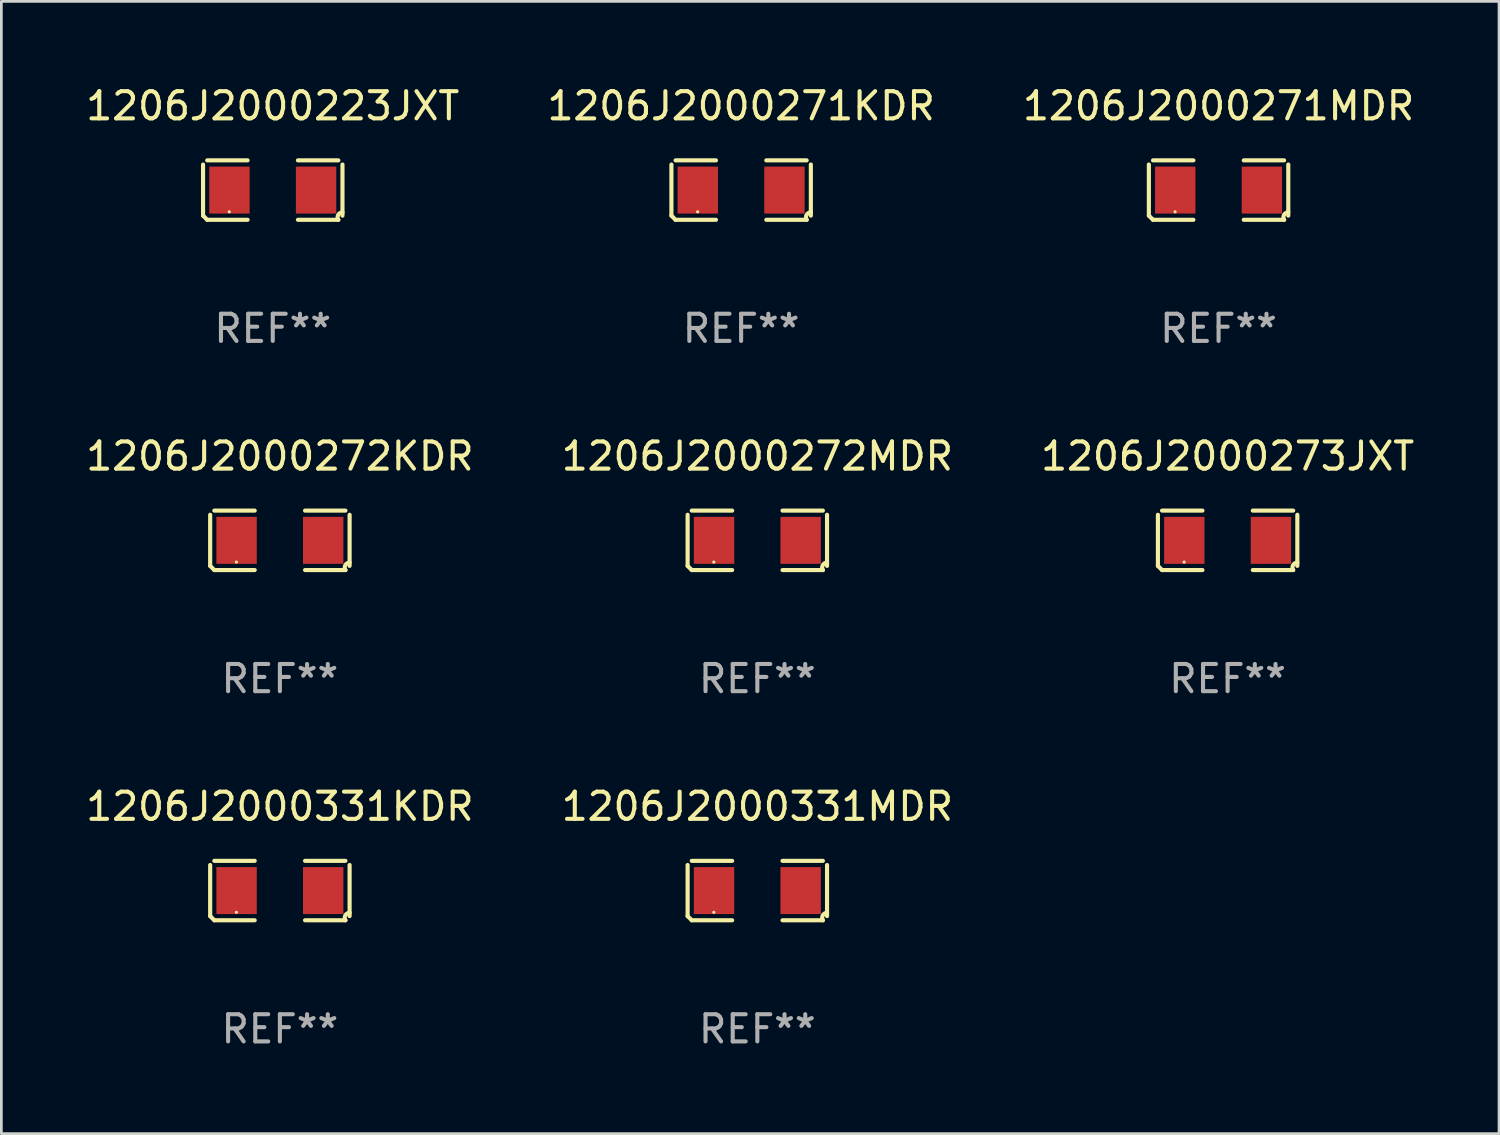
<source format=kicad_pcb>
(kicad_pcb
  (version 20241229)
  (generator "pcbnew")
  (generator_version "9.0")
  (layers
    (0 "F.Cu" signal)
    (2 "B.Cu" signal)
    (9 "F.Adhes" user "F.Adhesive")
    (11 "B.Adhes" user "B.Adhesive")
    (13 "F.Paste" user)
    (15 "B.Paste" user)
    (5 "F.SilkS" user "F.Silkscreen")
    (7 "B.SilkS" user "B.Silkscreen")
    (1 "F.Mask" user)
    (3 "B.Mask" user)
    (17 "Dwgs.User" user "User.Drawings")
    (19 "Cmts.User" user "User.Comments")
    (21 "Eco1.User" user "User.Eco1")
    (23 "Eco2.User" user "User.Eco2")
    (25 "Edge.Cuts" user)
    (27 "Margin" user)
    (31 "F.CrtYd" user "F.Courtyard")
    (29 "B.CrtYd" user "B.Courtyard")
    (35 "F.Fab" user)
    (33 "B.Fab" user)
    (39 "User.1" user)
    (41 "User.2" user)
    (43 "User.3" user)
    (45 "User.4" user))
  (footprint "1206J2000331KDR"
    (layer "F.Cu")
    (at 7.244 29.704)
    (property "Reference" "1206J2000331KDR" (at 0 -3.093 0) (layer "F.SilkS") (effects (font (size 1 1) (thickness 0.15))))
    (attr through_hole)
    (fp_line (start -2.564 0.94) (end -2.564 -0.94) (stroke (width 0.152) (type solid)) (layer "F.SilkS"))
    (fp_line (start -2.411 -1.093) (end -0.926 -1.093) (stroke (width 0.152) (type solid)) (layer "F.SilkS"))
    (fp_line (start -0.926 1.093) (end -2.411 1.093) (stroke (width 0.152) (type solid)) (layer "F.SilkS"))
    (fp_line (start 0.926 1.093) (end 2.411 1.093) (stroke (width 0.152) (type solid)) (layer "F.SilkS"))
    (fp_line (start 2.411 -1.093) (end 0.926 -1.093) (stroke (width 0.152) (type solid)) (layer "F.SilkS"))
    (fp_line (start 2.564 0.94) (end 2.564 -0.94) (stroke (width 0.152) (type solid)) (layer "F.SilkS"))
    (fp_arc (start -2.411201 1.092609) (mid -2.487413 1.01642) (end -2.563602 0.940208) (stroke (width 0.1524) (type solid)) (layer "F.SilkS"))
    (fp_arc (start 2.411201 1.092609) (mid 2.407159 0.911226) (end 2.563602 0.819347) (stroke (width 0.1524) (type solid)) (layer "F.SilkS"))
    (fp_circle (center -1.6 0.8) (end -1.57 0.8) (stroke (width 0.06) (type solid)) (fill no) (layer "F.SilkS"))
    (fp_text user "REF**" (at 0 5.093 0) (layer "F.Fab") (effects (font (size 1 1) (thickness 0.15))))
    (pad "1" smd rect (at -1.593 0) (size 1.485 1.728) (layers "F.Cu" "F.Mask" "F.Paste"))
    (pad "2" smd rect (at 1.593 0) (size 1.485 1.728) (layers "F.Cu" "F.Mask" "F.Paste")))
  (footprint "1206J2000273JXT"
    (layer "F.Cu")
    (at 42.101 16.823)
    (property "Reference" "1206J2000273JXT" (at 0 -3.093 0) (layer "F.SilkS") (effects (font (size 1 1) (thickness 0.15))))
    (attr through_hole)
    (fp_line (start -2.564 0.94) (end -2.564 -0.94) (stroke (width 0.152) (type solid)) (layer "F.SilkS"))
    (fp_line (start -2.411 -1.093) (end -0.926 -1.093) (stroke (width 0.152) (type solid)) (layer "F.SilkS"))
    (fp_line (start -0.926 1.093) (end -2.411 1.093) (stroke (width 0.152) (type solid)) (layer "F.SilkS"))
    (fp_line (start 0.926 1.093) (end 2.411 1.093) (stroke (width 0.152) (type solid)) (layer "F.SilkS"))
    (fp_line (start 2.411 -1.093) (end 0.926 -1.093) (stroke (width 0.152) (type solid)) (layer "F.SilkS"))
    (fp_line (start 2.564 0.94) (end 2.564 -0.94) (stroke (width 0.152) (type solid)) (layer "F.SilkS"))
    (fp_arc (start -2.411201 1.092609) (mid -2.487413 1.01642) (end -2.563602 0.940208) (stroke (width 0.1524) (type solid)) (layer "F.SilkS"))
    (fp_arc (start 2.411201 1.092609) (mid 2.407159 0.911226) (end 2.563602 0.819347) (stroke (width 0.1524) (type solid)) (layer "F.SilkS"))
    (fp_circle (center -1.6 0.8) (end -1.57 0.8) (stroke (width 0.06) (type solid)) (fill no) (layer "F.SilkS"))
    (fp_text user "REF**" (at 0 5.093 0) (layer "F.Fab") (effects (font (size 1 1) (thickness 0.15))))
    (pad "1" smd rect (at -1.593 0) (size 1.485 1.728) (layers "F.Cu" "F.Mask" "F.Paste"))
    (pad "2" smd rect (at 1.593 0) (size 1.485 1.728) (layers "F.Cu" "F.Mask" "F.Paste")))
  (footprint "1206J2000272MDR"
    (layer "F.Cu")
    (at 24.804 16.823)
    (property "Reference" "1206J2000272MDR" (at 0 -3.093 0) (layer "F.SilkS") (effects (font (size 1 1) (thickness 0.15))))
    (attr through_hole)
    (fp_line (start -2.564 0.94) (end -2.564 -0.94) (stroke (width 0.152) (type solid)) (layer "F.SilkS"))
    (fp_line (start -2.411 -1.093) (end -0.926 -1.093) (stroke (width 0.152) (type solid)) (layer "F.SilkS"))
    (fp_line (start -0.926 1.093) (end -2.411 1.093) (stroke (width 0.152) (type solid)) (layer "F.SilkS"))
    (fp_line (start 0.926 1.093) (end 2.411 1.093) (stroke (width 0.152) (type solid)) (layer "F.SilkS"))
    (fp_line (start 2.411 -1.093) (end 0.926 -1.093) (stroke (width 0.152) (type solid)) (layer "F.SilkS"))
    (fp_line (start 2.564 0.94) (end 2.564 -0.94) (stroke (width 0.152) (type solid)) (layer "F.SilkS"))
    (fp_arc (start -2.411201 1.092609) (mid -2.487413 1.01642) (end -2.563602 0.940208) (stroke (width 0.1524) (type solid)) (layer "F.SilkS"))
    (fp_arc (start 2.411201 1.092609) (mid 2.407159 0.911226) (end 2.563602 0.819347) (stroke (width 0.1524) (type solid)) (layer "F.SilkS"))
    (fp_circle (center -1.6 0.8) (end -1.57 0.8) (stroke (width 0.06) (type solid)) (fill no) (layer "F.SilkS"))
    (fp_text user "REF**" (at 0 5.093 0) (layer "F.Fab") (effects (font (size 1 1) (thickness 0.15))))
    (pad "1" smd rect (at -1.593 0) (size 1.485 1.728) (layers "F.Cu" "F.Mask" "F.Paste"))
    (pad "2" smd rect (at 1.593 0) (size 1.485 1.728) (layers "F.Cu" "F.Mask" "F.Paste")))
  (footprint "1206J2000331MDR"
    (layer "F.Cu")
    (at 24.804 29.704)
    (property "Reference" "1206J2000331MDR" (at 0 -3.093 0) (layer "F.SilkS") (effects (font (size 1 1) (thickness 0.15))))
    (attr through_hole)
    (fp_line (start -2.564 0.94) (end -2.564 -0.94) (stroke (width 0.152) (type solid)) (layer "F.SilkS"))
    (fp_line (start -2.411 -1.093) (end -0.926 -1.093) (stroke (width 0.152) (type solid)) (layer "F.SilkS"))
    (fp_line (start -0.926 1.093) (end -2.411 1.093) (stroke (width 0.152) (type solid)) (layer "F.SilkS"))
    (fp_line (start 0.926 1.093) (end 2.411 1.093) (stroke (width 0.152) (type solid)) (layer "F.SilkS"))
    (fp_line (start 2.411 -1.093) (end 0.926 -1.093) (stroke (width 0.152) (type solid)) (layer "F.SilkS"))
    (fp_line (start 2.564 0.94) (end 2.564 -0.94) (stroke (width 0.152) (type solid)) (layer "F.SilkS"))
    (fp_arc (start -2.411201 1.092609) (mid -2.487413 1.01642) (end -2.563602 0.940208) (stroke (width 0.1524) (type solid)) (layer "F.SilkS"))
    (fp_arc (start 2.411201 1.092609) (mid 2.407159 0.911226) (end 2.563602 0.819347) (stroke (width 0.1524) (type solid)) (layer "F.SilkS"))
    (fp_circle (center -1.6 0.8) (end -1.57 0.8) (stroke (width 0.06) (type solid)) (fill no) (layer "F.SilkS"))
    (fp_text user "REF**" (at 0 5.093 0) (layer "F.Fab") (effects (font (size 1 1) (thickness 0.15))))
    (pad "1" smd rect (at -1.593 0) (size 1.485 1.728) (layers "F.Cu" "F.Mask" "F.Paste"))
    (pad "2" smd rect (at 1.593 0) (size 1.485 1.728) (layers "F.Cu" "F.Mask" "F.Paste")))
  (footprint "1206J2000271MDR"
    (layer "F.Cu")
    (at 41.768 3.941)
    (property "Reference" "1206J2000271MDR" (at 0 -3.093 0) (layer "F.SilkS") (effects (font (size 1 1) (thickness 0.15))))
    (attr through_hole)
    (fp_line (start -2.564 0.94) (end -2.564 -0.94) (stroke (width 0.152) (type solid)) (layer "F.SilkS"))
    (fp_line (start -2.411 -1.093) (end -0.926 -1.093) (stroke (width 0.152) (type solid)) (layer "F.SilkS"))
    (fp_line (start -0.926 1.093) (end -2.411 1.093) (stroke (width 0.152) (type solid)) (layer "F.SilkS"))
    (fp_line (start 0.926 1.093) (end 2.411 1.093) (stroke (width 0.152) (type solid)) (layer "F.SilkS"))
    (fp_line (start 2.411 -1.093) (end 0.926 -1.093) (stroke (width 0.152) (type solid)) (layer "F.SilkS"))
    (fp_line (start 2.564 0.94) (end 2.564 -0.94) (stroke (width 0.152) (type solid)) (layer "F.SilkS"))
    (fp_arc (start -2.411201 1.092609) (mid -2.487413 1.01642) (end -2.563602 0.940208) (stroke (width 0.1524) (type solid)) (layer "F.SilkS"))
    (fp_arc (start 2.411201 1.092609) (mid 2.407159 0.911226) (end 2.563602 0.819347) (stroke (width 0.1524) (type solid)) (layer "F.SilkS"))
    (fp_circle (center -1.6 0.8) (end -1.57 0.8) (stroke (width 0.06) (type solid)) (fill no) (layer "F.SilkS"))
    (fp_text user "REF**" (at 0 5.093 0) (layer "F.Fab") (effects (font (size 1 1) (thickness 0.15))))
    (pad "1" smd rect (at -1.593 0) (size 1.485 1.728) (layers "F.Cu" "F.Mask" "F.Paste"))
    (pad "2" smd rect (at 1.593 0) (size 1.485 1.728) (layers "F.Cu" "F.Mask" "F.Paste")))
  (footprint "1206J2000271KDR"
    (layer "F.Cu")
    (at 24.208 3.941)
    (property "Reference" "1206J2000271KDR" (at 0 -3.093 0) (layer "F.SilkS") (effects (font (size 1 1) (thickness 0.15))))
    (attr through_hole)
    (fp_line (start -2.564 0.94) (end -2.564 -0.94) (stroke (width 0.152) (type solid)) (layer "F.SilkS"))
    (fp_line (start -2.411 -1.093) (end -0.926 -1.093) (stroke (width 0.152) (type solid)) (layer "F.SilkS"))
    (fp_line (start -0.926 1.093) (end -2.411 1.093) (stroke (width 0.152) (type solid)) (layer "F.SilkS"))
    (fp_line (start 0.926 1.093) (end 2.411 1.093) (stroke (width 0.152) (type solid)) (layer "F.SilkS"))
    (fp_line (start 2.411 -1.093) (end 0.926 -1.093) (stroke (width 0.152) (type solid)) (layer "F.SilkS"))
    (fp_line (start 2.564 0.94) (end 2.564 -0.94) (stroke (width 0.152) (type solid)) (layer "F.SilkS"))
    (fp_arc (start -2.411201 1.092609) (mid -2.487413 1.01642) (end -2.563602 0.940208) (stroke (width 0.1524) (type solid)) (layer "F.SilkS"))
    (fp_arc (start 2.411201 1.092609) (mid 2.407159 0.911226) (end 2.563602 0.819347) (stroke (width 0.1524) (type solid)) (layer "F.SilkS"))
    (fp_circle (center -1.6 0.8) (end -1.57 0.8) (stroke (width 0.06) (type solid)) (fill no) (layer "F.SilkS"))
    (fp_text user "REF**" (at 0 5.093 0) (layer "F.Fab") (effects (font (size 1 1) (thickness 0.15))))
    (pad "1" smd rect (at -1.593 0) (size 1.485 1.728) (layers "F.Cu" "F.Mask" "F.Paste"))
    (pad "2" smd rect (at 1.593 0) (size 1.485 1.728) (layers "F.Cu" "F.Mask" "F.Paste")))
  (footprint "1206J2000272KDR"
    (layer "F.Cu")
    (at 7.244 16.823)
    (property "Reference" "1206J2000272KDR" (at 0 -3.093 0) (layer "F.SilkS") (effects (font (size 1 1) (thickness 0.15))))
    (attr through_hole)
    (fp_line (start -2.564 0.94) (end -2.564 -0.94) (stroke (width 0.152) (type solid)) (layer "F.SilkS"))
    (fp_line (start -2.411 -1.093) (end -0.926 -1.093) (stroke (width 0.152) (type solid)) (layer "F.SilkS"))
    (fp_line (start -0.926 1.093) (end -2.411 1.093) (stroke (width 0.152) (type solid)) (layer "F.SilkS"))
    (fp_line (start 0.926 1.093) (end 2.411 1.093) (stroke (width 0.152) (type solid)) (layer "F.SilkS"))
    (fp_line (start 2.411 -1.093) (end 0.926 -1.093) (stroke (width 0.152) (type solid)) (layer "F.SilkS"))
    (fp_line (start 2.564 0.94) (end 2.564 -0.94) (stroke (width 0.152) (type solid)) (layer "F.SilkS"))
    (fp_arc (start -2.411201 1.092609) (mid -2.487413 1.01642) (end -2.563602 0.940208) (stroke (width 0.1524) (type solid)) (layer "F.SilkS"))
    (fp_arc (start 2.411201 1.092609) (mid 2.407159 0.911226) (end 2.563602 0.819347) (stroke (width 0.1524) (type solid)) (layer "F.SilkS"))
    (fp_circle (center -1.6 0.8) (end -1.57 0.8) (stroke (width 0.06) (type solid)) (fill no) (layer "F.SilkS"))
    (fp_text user "REF**" (at 0 5.093 0) (layer "F.Fab") (effects (font (size 1 1) (thickness 0.15))))
    (pad "1" smd rect (at -1.593 0) (size 1.485 1.728) (layers "F.Cu" "F.Mask" "F.Paste"))
    (pad "2" smd rect (at 1.593 0) (size 1.485 1.728) (layers "F.Cu" "F.Mask" "F.Paste")))
  (footprint "1206J2000223JXT"
    (layer "F.Cu")
    (at 6.982 3.941)
    (property "Reference" "1206J2000223JXT" (at 0 -3.093 0) (layer "F.SilkS") (effects (font (size 1 1) (thickness 0.15))))
    (attr through_hole)
    (fp_line (start -2.564 0.94) (end -2.564 -0.94) (stroke (width 0.152) (type solid)) (layer "F.SilkS"))
    (fp_line (start -2.411 -1.093) (end -0.926 -1.093) (stroke (width 0.152) (type solid)) (layer "F.SilkS"))
    (fp_line (start -0.926 1.093) (end -2.411 1.093) (stroke (width 0.152) (type solid)) (layer "F.SilkS"))
    (fp_line (start 0.926 1.093) (end 2.411 1.093) (stroke (width 0.152) (type solid)) (layer "F.SilkS"))
    (fp_line (start 2.411 -1.093) (end 0.926 -1.093) (stroke (width 0.152) (type solid)) (layer "F.SilkS"))
    (fp_line (start 2.564 0.94) (end 2.564 -0.94) (stroke (width 0.152) (type solid)) (layer "F.SilkS"))
    (fp_arc (start -2.411201 1.092609) (mid -2.487413 1.01642) (end -2.563602 0.940208) (stroke (width 0.1524) (type solid)) (layer "F.SilkS"))
    (fp_arc (start 2.411201 1.092609) (mid 2.407159 0.911226) (end 2.563602 0.819347) (stroke (width 0.1524) (type solid)) (layer "F.SilkS"))
    (fp_circle (center -1.6 0.8) (end -1.57 0.8) (stroke (width 0.06) (type solid)) (fill no) (layer "F.SilkS"))
    (fp_text user "REF**" (at 0 5.093 0) (layer "F.Fab") (effects (font (size 1 1) (thickness 0.15))))
    (pad "1" smd rect (at -1.593 0) (size 1.485 1.728) (layers "F.Cu" "F.Mask" "F.Paste"))
    (pad "2" smd rect (at 1.593 0) (size 1.485 1.728) (layers "F.Cu" "F.Mask" "F.Paste")))
  (gr_rect
    (start -3 -3)
    (end 52.083 38.645)
    (stroke (width 0.1) (type default))
    (fill no)
    (layer "Edge.Cuts")))
</source>
